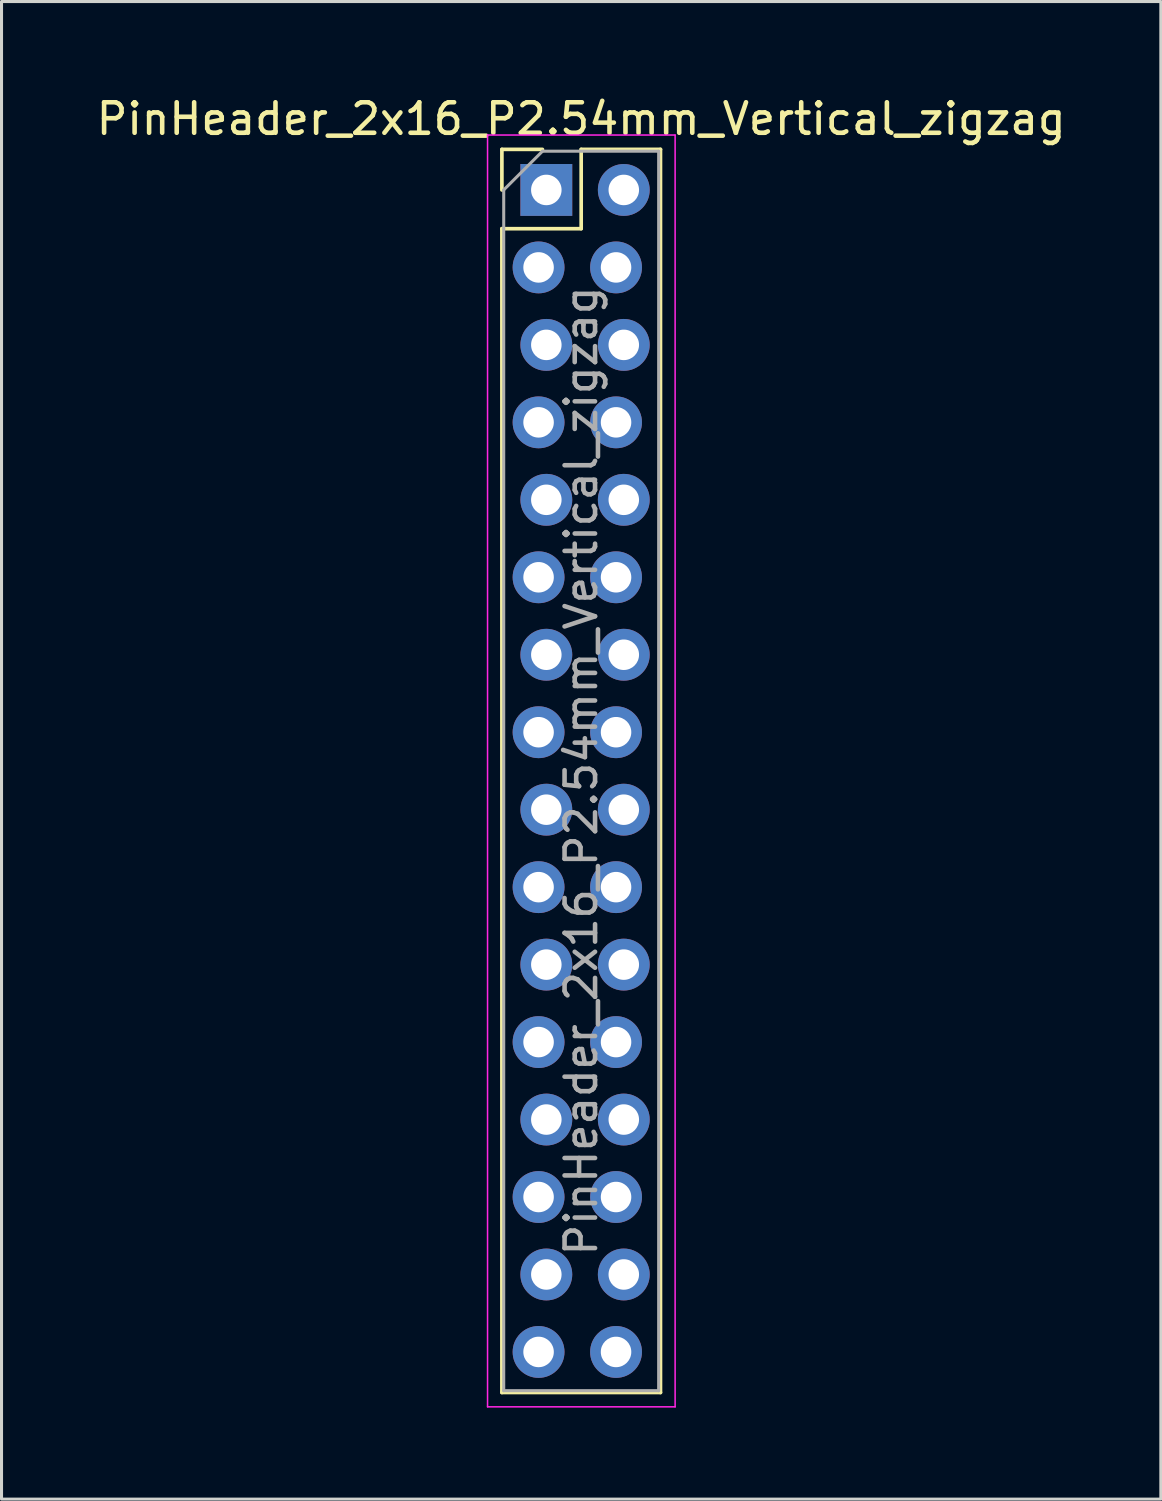
<source format=kicad_pcb>
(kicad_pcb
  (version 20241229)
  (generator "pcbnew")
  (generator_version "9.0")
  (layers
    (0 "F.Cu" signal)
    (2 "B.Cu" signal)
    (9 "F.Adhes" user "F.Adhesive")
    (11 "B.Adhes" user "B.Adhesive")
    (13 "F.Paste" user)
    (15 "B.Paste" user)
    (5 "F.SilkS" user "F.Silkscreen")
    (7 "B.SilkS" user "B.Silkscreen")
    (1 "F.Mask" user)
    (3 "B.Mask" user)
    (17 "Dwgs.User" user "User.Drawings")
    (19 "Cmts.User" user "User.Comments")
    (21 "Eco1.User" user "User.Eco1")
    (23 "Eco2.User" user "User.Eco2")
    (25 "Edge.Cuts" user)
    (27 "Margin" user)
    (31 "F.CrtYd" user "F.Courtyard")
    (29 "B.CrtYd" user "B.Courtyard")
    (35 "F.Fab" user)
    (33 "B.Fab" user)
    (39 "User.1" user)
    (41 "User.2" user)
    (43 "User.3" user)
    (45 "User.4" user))
  (footprint "PinHeader_2x16_P2.54mm_Vertical_zigzag"
    (layer "F.Cu")
    (at 14.736 3.178)
    (property "Reference" "PinHeader_2x16_P2.54mm_Vertical_zigzag" (at 1.27 -2.33 0) (layer "F.SilkS") (effects (font (size 1 1) (thickness 0.15))))
    (attr through_hole)
    (fp_line (start -1.33 -1.33) (end 0 -1.33) (stroke (width 0.12) (type solid)) (layer "F.SilkS"))
    (fp_line (start -1.33 0) (end -1.33 -1.33) (stroke (width 0.12) (type solid)) (layer "F.SilkS"))
    (fp_line (start -1.33 1.27) (end -1.33 39.43) (stroke (width 0.12) (type solid)) (layer "F.SilkS"))
    (fp_line (start -1.33 1.27) (end 1.27 1.27) (stroke (width 0.12) (type solid)) (layer "F.SilkS"))
    (fp_line (start -1.33 39.43) (end 3.87 39.43) (stroke (width 0.12) (type solid)) (layer "F.SilkS"))
    (fp_line (start 1.27 -1.33) (end 3.87 -1.33) (stroke (width 0.12) (type solid)) (layer "F.SilkS"))
    (fp_line (start 1.27 1.27) (end 1.27 -1.33) (stroke (width 0.12) (type solid)) (layer "F.SilkS"))
    (fp_line (start 3.87 -1.33) (end 3.87 39.43) (stroke (width 0.12) (type solid)) (layer "F.SilkS"))
    (fp_line (start -1.8 -1.8) (end -1.8 39.9) (stroke (width 0.05) (type solid)) (layer "F.CrtYd"))
    (fp_line (start -1.8 39.9) (end 4.35 39.9) (stroke (width 0.05) (type solid)) (layer "F.CrtYd"))
    (fp_line (start 4.35 -1.8) (end -1.8 -1.8) (stroke (width 0.05) (type solid)) (layer "F.CrtYd"))
    (fp_line (start 4.35 39.9) (end 4.35 -1.8) (stroke (width 0.05) (type solid)) (layer "F.CrtYd"))
    (fp_line (start -1.27 0) (end 0 -1.27) (stroke (width 0.1) (type solid)) (layer "F.Fab"))
    (fp_line (start -1.27 39.37) (end -1.27 0) (stroke (width 0.1) (type solid)) (layer "F.Fab"))
    (fp_line (start 0 -1.27) (end 3.81 -1.27) (stroke (width 0.1) (type solid)) (layer "F.Fab"))
    (fp_line (start 3.81 -1.27) (end 3.81 39.37) (stroke (width 0.1) (type solid)) (layer "F.Fab"))
    (fp_line (start 3.81 39.37) (end -1.27 39.37) (stroke (width 0.1) (type solid)) (layer "F.Fab"))
    (fp_text user "${REFERENCE}" (at 1.27 19.05 90) (layer "F.Fab") (effects (font (size 1 1) (thickness 0.15))))
    (pad "1" thru_hole rect (at 0.127 0) (size 1.7 1.7) (drill 1) (layers "*.Cu" "*.Mask"))
    (pad "2" thru_hole oval (at 2.667 0) (size 1.7 1.7) (drill 1) (layers "*.Cu" "*.Mask"))
    (pad "3" thru_hole oval (at -0.127 2.54) (size 1.7 1.7) (drill 1) (layers "*.Cu" "*.Mask"))
    (pad "4" thru_hole oval (at 2.413 2.54) (size 1.7 1.7) (drill 1) (layers "*.Cu" "*.Mask"))
    (pad "5" thru_hole oval (at 0.127 5.08) (size 1.7 1.7) (drill 1) (layers "*.Cu" "*.Mask"))
    (pad "6" thru_hole oval (at 2.667 5.08) (size 1.7 1.7) (drill 1) (layers "*.Cu" "*.Mask"))
    (pad "7" thru_hole oval (at -0.127 7.62) (size 1.7 1.7) (drill 1) (layers "*.Cu" "*.Mask"))
    (pad "8" thru_hole oval (at 2.413 7.62) (size 1.7 1.7) (drill 1) (layers "*.Cu" "*.Mask"))
    (pad "9" thru_hole oval (at 0.127 10.16) (size 1.7 1.7) (drill 1) (layers "*.Cu" "*.Mask"))
    (pad "10" thru_hole oval (at 2.667 10.16) (size 1.7 1.7) (drill 1) (layers "*.Cu" "*.Mask"))
    (pad "11" thru_hole oval (at -0.127 12.7) (size 1.7 1.7) (drill 1) (layers "*.Cu" "*.Mask"))
    (pad "12" thru_hole oval (at 2.413 12.7) (size 1.7 1.7) (drill 1) (layers "*.Cu" "*.Mask"))
    (pad "13" thru_hole oval (at 0.127 15.24) (size 1.7 1.7) (drill 1) (layers "*.Cu" "*.Mask"))
    (pad "14" thru_hole oval (at 2.667 15.24) (size 1.7 1.7) (drill 1) (layers "*.Cu" "*.Mask"))
    (pad "15" thru_hole oval (at -0.127 17.78) (size 1.7 1.7) (drill 1) (layers "*.Cu" "*.Mask"))
    (pad "16" thru_hole oval (at 2.413 17.78) (size 1.7 1.7) (drill 1) (layers "*.Cu" "*.Mask"))
    (pad "17" thru_hole oval (at 0.127 20.32) (size 1.7 1.7) (drill 1) (layers "*.Cu" "*.Mask"))
    (pad "18" thru_hole oval (at 2.667 20.32) (size 1.7 1.7) (drill 1) (layers "*.Cu" "*.Mask"))
    (pad "19" thru_hole oval (at -0.127 22.86) (size 1.7 1.7) (drill 1) (layers "*.Cu" "*.Mask"))
    (pad "20" thru_hole oval (at 2.413 22.86) (size 1.7 1.7) (drill 1) (layers "*.Cu" "*.Mask"))
    (pad "21" thru_hole oval (at 0.127 25.4) (size 1.7 1.7) (drill 1) (layers "*.Cu" "*.Mask"))
    (pad "22" thru_hole oval (at 2.667 25.4) (size 1.7 1.7) (drill 1) (layers "*.Cu" "*.Mask"))
    (pad "23" thru_hole oval (at -0.127 27.94) (size 1.7 1.7) (drill 1) (layers "*.Cu" "*.Mask"))
    (pad "24" thru_hole oval (at 2.413 27.94) (size 1.7 1.7) (drill 1) (layers "*.Cu" "*.Mask"))
    (pad "25" thru_hole oval (at 0.127 30.48) (size 1.7 1.7) (drill 1) (layers "*.Cu" "*.Mask"))
    (pad "26" thru_hole oval (at 2.667 30.48) (size 1.7 1.7) (drill 1) (layers "*.Cu" "*.Mask"))
    (pad "27" thru_hole oval (at -0.127 33.02) (size 1.7 1.7) (drill 1) (layers "*.Cu" "*.Mask"))
    (pad "28" thru_hole oval (at 2.413 33.02) (size 1.7 1.7) (drill 1) (layers "*.Cu" "*.Mask"))
    (pad "29" thru_hole oval (at 0.127 35.56) (size 1.7 1.7) (drill 1) (layers "*.Cu" "*.Mask"))
    (pad "30" thru_hole oval (at 2.667 35.56) (size 1.7 1.7) (drill 1) (layers "*.Cu" "*.Mask"))
    (pad "31" thru_hole oval (at -0.127 38.1) (size 1.7 1.7) (drill 1) (layers "*.Cu" "*.Mask"))
    (pad "32" thru_hole oval (at 2.413 38.1) (size 1.7 1.7) (drill 1) (layers "*.Cu" "*.Mask")))
  (gr_rect
    (start -3 -3)
    (end 35.012 46.103)
    (stroke (width 0.1) (type default))
    (fill no)
    (layer "Edge.Cuts")))
</source>
